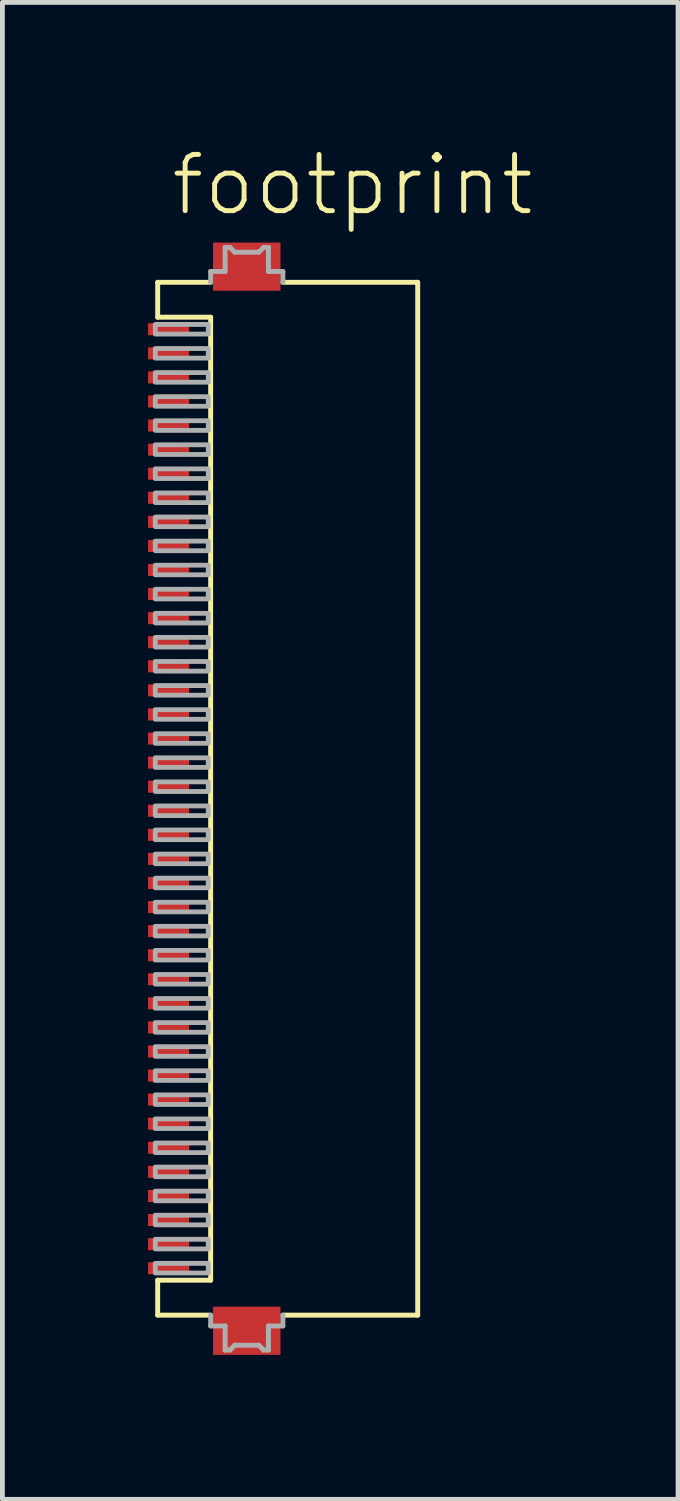
<source format=kicad_pcb>
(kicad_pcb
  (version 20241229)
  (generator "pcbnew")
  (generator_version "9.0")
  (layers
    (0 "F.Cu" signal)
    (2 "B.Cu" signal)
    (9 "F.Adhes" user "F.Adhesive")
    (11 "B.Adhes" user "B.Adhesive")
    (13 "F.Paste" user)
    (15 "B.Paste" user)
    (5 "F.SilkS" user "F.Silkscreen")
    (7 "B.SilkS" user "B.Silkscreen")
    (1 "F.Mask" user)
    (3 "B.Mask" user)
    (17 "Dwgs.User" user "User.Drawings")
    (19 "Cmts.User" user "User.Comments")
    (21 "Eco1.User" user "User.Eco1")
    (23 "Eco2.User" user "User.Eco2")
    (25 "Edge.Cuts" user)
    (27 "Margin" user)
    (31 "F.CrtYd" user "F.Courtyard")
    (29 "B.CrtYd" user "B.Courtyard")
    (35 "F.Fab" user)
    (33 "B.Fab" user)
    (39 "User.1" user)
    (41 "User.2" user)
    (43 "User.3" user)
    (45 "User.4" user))
  (footprint "footprint"
    (layer "F.Cu")
    (at 2.99 13.538)
    (property "Reference" "footprint" (at -2.54 -12.065 0) (layer "F.SilkS") (effects (font (size 1.168 1.168) (thickness 0.102)) (justify left bottom)))
    (fp_poly (pts (xy -2.99 -9.6) (xy -2.09 -9.6) (xy -2.09 -9.9) (xy -2.99 -9.9)) (stroke (width 0) (type solid)) (fill yes) (layer "F.Mask"))
    (fp_poly (pts (xy -2.99 -9.1) (xy -2.09 -9.1) (xy -2.09 -9.4) (xy -2.99 -9.4)) (stroke (width 0) (type solid)) (fill yes) (layer "F.Mask"))
    (fp_poly (pts (xy -2.99 -8.6) (xy -2.09 -8.6) (xy -2.09 -8.9) (xy -2.99 -8.9)) (stroke (width 0) (type solid)) (fill yes) (layer "F.Mask"))
    (fp_poly (pts (xy -2.99 -8.1) (xy -2.09 -8.1) (xy -2.09 -8.4) (xy -2.99 -8.4)) (stroke (width 0) (type solid)) (fill yes) (layer "F.Mask"))
    (fp_poly (pts (xy -2.99 -7.6) (xy -2.09 -7.6) (xy -2.09 -7.9) (xy -2.99 -7.9)) (stroke (width 0) (type solid)) (fill yes) (layer "F.Mask"))
    (fp_poly (pts (xy -2.99 -7.1) (xy -2.09 -7.1) (xy -2.09 -7.4) (xy -2.99 -7.4)) (stroke (width 0) (type solid)) (fill yes) (layer "F.Mask"))
    (fp_poly (pts (xy -2.99 -6.6) (xy -2.09 -6.6) (xy -2.09 -6.9) (xy -2.99 -6.9)) (stroke (width 0) (type solid)) (fill yes) (layer "F.Mask"))
    (fp_poly (pts (xy -2.99 -6.1) (xy -2.09 -6.1) (xy -2.09 -6.4) (xy -2.99 -6.4)) (stroke (width 0) (type solid)) (fill yes) (layer "F.Mask"))
    (fp_poly (pts (xy -2.99 -5.6) (xy -2.09 -5.6) (xy -2.09 -5.9) (xy -2.99 -5.9)) (stroke (width 0) (type solid)) (fill yes) (layer "F.Mask"))
    (fp_poly (pts (xy -2.99 -5.1) (xy -2.09 -5.1) (xy -2.09 -5.4) (xy -2.99 -5.4)) (stroke (width 0) (type solid)) (fill yes) (layer "F.Mask"))
    (fp_poly (pts (xy -2.99 -4.6) (xy -2.09 -4.6) (xy -2.09 -4.9) (xy -2.99 -4.9)) (stroke (width 0) (type solid)) (fill yes) (layer "F.Mask"))
    (fp_poly (pts (xy -2.99 -4.1) (xy -2.09 -4.1) (xy -2.09 -4.4) (xy -2.99 -4.4)) (stroke (width 0) (type solid)) (fill yes) (layer "F.Mask"))
    (fp_poly (pts (xy -2.99 -3.6) (xy -2.09 -3.6) (xy -2.09 -3.9) (xy -2.99 -3.9)) (stroke (width 0) (type solid)) (fill yes) (layer "F.Mask"))
    (fp_poly (pts (xy -2.99 -3.1) (xy -2.09 -3.1) (xy -2.09 -3.4) (xy -2.99 -3.4)) (stroke (width 0) (type solid)) (fill yes) (layer "F.Mask"))
    (fp_poly (pts (xy -2.99 -2.6) (xy -2.09 -2.6) (xy -2.09 -2.9) (xy -2.99 -2.9)) (stroke (width 0) (type solid)) (fill yes) (layer "F.Mask"))
    (fp_poly (pts (xy -2.99 -2.1) (xy -2.09 -2.1) (xy -2.09 -2.4) (xy -2.99 -2.4)) (stroke (width 0) (type solid)) (fill yes) (layer "F.Mask"))
    (fp_poly (pts (xy -2.99 -1.6) (xy -2.09 -1.6) (xy -2.09 -1.9) (xy -2.99 -1.9)) (stroke (width 0) (type solid)) (fill yes) (layer "F.Mask"))
    (fp_poly (pts (xy -2.99 -1.1) (xy -2.09 -1.1) (xy -2.09 -1.4) (xy -2.99 -1.4)) (stroke (width 0) (type solid)) (fill yes) (layer "F.Mask"))
    (fp_poly (pts (xy -2.99 -0.6) (xy -2.09 -0.6) (xy -2.09 -0.9) (xy -2.99 -0.9)) (stroke (width 0) (type solid)) (fill yes) (layer "F.Mask"))
    (fp_poly (pts (xy -2.99 -0.1) (xy -2.09 -0.1) (xy -2.09 -0.4) (xy -2.99 -0.4)) (stroke (width 0) (type solid)) (fill yes) (layer "F.Mask"))
    (fp_poly (pts (xy -2.99 0.4) (xy -2.09 0.4) (xy -2.09 0.1) (xy -2.99 0.1)) (stroke (width 0) (type solid)) (fill yes) (layer "F.Mask"))
    (fp_poly (pts (xy -2.99 0.9) (xy -2.09 0.9) (xy -2.09 0.6) (xy -2.99 0.6)) (stroke (width 0) (type solid)) (fill yes) (layer "F.Mask"))
    (fp_poly (pts (xy -2.99 1.4) (xy -2.09 1.4) (xy -2.09 1.1) (xy -2.99 1.1)) (stroke (width 0) (type solid)) (fill yes) (layer "F.Mask"))
    (fp_poly (pts (xy -2.99 1.9) (xy -2.09 1.9) (xy -2.09 1.6) (xy -2.99 1.6)) (stroke (width 0) (type solid)) (fill yes) (layer "F.Mask"))
    (fp_poly (pts (xy -2.99 2.4) (xy -2.09 2.4) (xy -2.09 2.1) (xy -2.99 2.1)) (stroke (width 0) (type solid)) (fill yes) (layer "F.Mask"))
    (fp_poly (pts (xy -2.99 2.9) (xy -2.09 2.9) (xy -2.09 2.6) (xy -2.99 2.6)) (stroke (width 0) (type solid)) (fill yes) (layer "F.Mask"))
    (fp_poly (pts (xy -2.99 3.4) (xy -2.09 3.4) (xy -2.09 3.1) (xy -2.99 3.1)) (stroke (width 0) (type solid)) (fill yes) (layer "F.Mask"))
    (fp_poly (pts (xy -2.99 3.9) (xy -2.09 3.9) (xy -2.09 3.6) (xy -2.99 3.6)) (stroke (width 0) (type solid)) (fill yes) (layer "F.Mask"))
    (fp_poly (pts (xy -2.99 4.4) (xy -2.09 4.4) (xy -2.09 4.1) (xy -2.99 4.1)) (stroke (width 0) (type solid)) (fill yes) (layer "F.Mask"))
    (fp_poly (pts (xy -2.99 4.9) (xy -2.09 4.9) (xy -2.09 4.6) (xy -2.99 4.6)) (stroke (width 0) (type solid)) (fill yes) (layer "F.Mask"))
    (fp_poly (pts (xy -2.99 5.4) (xy -2.09 5.4) (xy -2.09 5.1) (xy -2.99 5.1)) (stroke (width 0) (type solid)) (fill yes) (layer "F.Mask"))
    (fp_poly (pts (xy -2.99 5.9) (xy -2.09 5.9) (xy -2.09 5.6) (xy -2.99 5.6)) (stroke (width 0) (type solid)) (fill yes) (layer "F.Mask"))
    (fp_poly (pts (xy -2.99 6.4) (xy -2.09 6.4) (xy -2.09 6.1) (xy -2.99 6.1)) (stroke (width 0) (type solid)) (fill yes) (layer "F.Mask"))
    (fp_poly (pts (xy -2.99 6.9) (xy -2.09 6.9) (xy -2.09 6.6) (xy -2.99 6.6)) (stroke (width 0) (type solid)) (fill yes) (layer "F.Mask"))
    (fp_poly (pts (xy -2.99 7.4) (xy -2.09 7.4) (xy -2.09 7.1) (xy -2.99 7.1)) (stroke (width 0) (type solid)) (fill yes) (layer "F.Mask"))
    (fp_poly (pts (xy -2.99 7.9) (xy -2.09 7.9) (xy -2.09 7.6) (xy -2.99 7.6)) (stroke (width 0) (type solid)) (fill yes) (layer "F.Mask"))
    (fp_poly (pts (xy -2.99 8.4) (xy -2.09 8.4) (xy -2.09 8.1) (xy -2.99 8.1)) (stroke (width 0) (type solid)) (fill yes) (layer "F.Mask"))
    (fp_poly (pts (xy -2.99 8.9) (xy -2.09 8.9) (xy -2.09 8.6) (xy -2.99 8.6)) (stroke (width 0) (type solid)) (fill yes) (layer "F.Mask"))
    (fp_poly (pts (xy -2.99 9.4) (xy -2.09 9.4) (xy -2.09 9.1) (xy -2.99 9.1)) (stroke (width 0) (type solid)) (fill yes) (layer "F.Mask"))
    (fp_poly (pts (xy -2.99 9.9) (xy -2.09 9.9) (xy -2.09 9.6) (xy -2.99 9.6)) (stroke (width 0) (type solid)) (fill yes) (layer "F.Mask"))
    (fp_line (start -2.765 -10.725) (end -2.765 -10) (stroke (width 0.102) (type solid)) (layer "F.SilkS"))
    (fp_line (start -2.765 -10.725) (end -1.665 -10.725) (stroke (width 0.102) (type solid)) (layer "F.SilkS"))
    (fp_line (start -2.765 -10) (end -1.665 -10) (stroke (width 0.102) (type solid)) (layer "F.SilkS"))
    (fp_line (start -2.765 10) (end -2.765 10.725) (stroke (width 0.102) (type solid)) (layer "F.SilkS"))
    (fp_line (start -2.765 10.725) (end -1.665 10.725) (stroke (width 0.102) (type solid)) (layer "F.SilkS"))
    (fp_line (start -1.665 -10) (end -1.665 10) (stroke (width 0.102) (type solid)) (layer "F.SilkS"))
    (fp_line (start -1.665 10) (end -2.765 10) (stroke (width 0.102) (type solid)) (layer "F.SilkS"))
    (fp_line (start -0.165 10.725) (end 2.635 10.725) (stroke (width 0.102) (type solid)) (layer "F.SilkS"))
    (fp_line (start 2.635 -10.725) (end -0.165 -10.725) (stroke (width 0.102) (type solid)) (layer "F.SilkS"))
    (fp_line (start 2.635 10.725) (end 2.635 -10.725) (stroke (width 0.102) (type solid)) (layer "F.SilkS"))
    (fp_line (start -1.665 -10.95) (end -1.665 -10.725) (stroke (width 0.102) (type solid)) (layer "F.Fab"))
    (fp_line (start -1.665 10.725) (end -1.665 10.95) (stroke (width 0.102) (type solid)) (layer "F.Fab"))
    (fp_line (start -1.665 10.95) (end -1.365 10.95) (stroke (width 0.102) (type solid)) (layer "F.Fab"))
    (fp_line (start -1.365 -11.45) (end -1.365 -10.95) (stroke (width 0.102) (type solid)) (layer "F.Fab"))
    (fp_line (start -1.365 -10.95) (end -1.665 -10.95) (stroke (width 0.102) (type solid)) (layer "F.Fab"))
    (fp_line (start -1.365 10.95) (end -1.365 11.45) (stroke (width 0.102) (type solid)) (layer "F.Fab"))
    (fp_line (start -1.365 11.45) (end -1.265 11.45) (stroke (width 0.102) (type solid)) (layer "F.Fab"))
    (fp_line (start -1.265 -11.45) (end -1.365 -11.45) (stroke (width 0.102) (type solid)) (layer "F.Fab"))
    (fp_line (start -1.265 11.45) (end -1.165 11.35) (stroke (width 0.102) (type solid)) (layer "F.Fab"))
    (fp_line (start -1.165 -11.35) (end -1.265 -11.45) (stroke (width 0.102) (type solid)) (layer "F.Fab"))
    (fp_line (start -1.165 11.35) (end -0.665 11.35) (stroke (width 0.102) (type solid)) (layer "F.Fab"))
    (fp_line (start -0.665 -11.35) (end -1.165 -11.35) (stroke (width 0.102) (type solid)) (layer "F.Fab"))
    (fp_line (start -0.665 11.35) (end -0.565 11.45) (stroke (width 0.102) (type solid)) (layer "F.Fab"))
    (fp_line (start -0.565 -11.45) (end -0.665 -11.35) (stroke (width 0.102) (type solid)) (layer "F.Fab"))
    (fp_line (start -0.565 11.45) (end -0.465 11.45) (stroke (width 0.102) (type solid)) (layer "F.Fab"))
    (fp_line (start -0.465 -11.45) (end -0.565 -11.45) (stroke (width 0.102) (type solid)) (layer "F.Fab"))
    (fp_line (start -0.465 -10.95) (end -0.465 -11.45) (stroke (width 0.102) (type solid)) (layer "F.Fab"))
    (fp_line (start -0.465 10.95) (end -0.165 10.95) (stroke (width 0.102) (type solid)) (layer "F.Fab"))
    (fp_line (start -0.465 11.45) (end -0.465 10.95) (stroke (width 0.102) (type solid)) (layer "F.Fab"))
    (fp_line (start -0.165 -10.95) (end -0.465 -10.95) (stroke (width 0.102) (type solid)) (layer "F.Fab"))
    (fp_line (start -0.165 -10.725) (end -0.165 -10.95) (stroke (width 0.102) (type solid)) (layer "F.Fab"))
    (fp_line (start -0.165 10.95) (end -0.165 10.725) (stroke (width 0.102) (type solid)) (layer "F.Fab"))
    (fp_poly (pts (xy -2.815 -9.65) (xy -1.715 -9.65) (xy -1.715 -9.85) (xy -2.815 -9.85)) (stroke (width 0.1) (type solid)) (fill no) (layer "F.Fab"))
    (fp_poly (pts (xy -2.815 -9.15) (xy -1.715 -9.15) (xy -1.715 -9.35) (xy -2.815 -9.35)) (stroke (width 0.1) (type solid)) (fill no) (layer "F.Fab"))
    (fp_poly (pts (xy -2.815 -8.65) (xy -1.715 -8.65) (xy -1.715 -8.85) (xy -2.815 -8.85)) (stroke (width 0.1) (type solid)) (fill no) (layer "F.Fab"))
    (fp_poly (pts (xy -2.815 -8.15) (xy -1.715 -8.15) (xy -1.715 -8.35) (xy -2.815 -8.35)) (stroke (width 0.1) (type solid)) (fill no) (layer "F.Fab"))
    (fp_poly (pts (xy -2.815 -7.65) (xy -1.715 -7.65) (xy -1.715 -7.85) (xy -2.815 -7.85)) (stroke (width 0.1) (type solid)) (fill no) (layer "F.Fab"))
    (fp_poly (pts (xy -2.815 -7.15) (xy -1.715 -7.15) (xy -1.715 -7.35) (xy -2.815 -7.35)) (stroke (width 0.1) (type solid)) (fill no) (layer "F.Fab"))
    (fp_poly (pts (xy -2.815 -6.65) (xy -1.715 -6.65) (xy -1.715 -6.85) (xy -2.815 -6.85)) (stroke (width 0.1) (type solid)) (fill no) (layer "F.Fab"))
    (fp_poly (pts (xy -2.815 -6.15) (xy -1.715 -6.15) (xy -1.715 -6.35) (xy -2.815 -6.35)) (stroke (width 0.1) (type solid)) (fill no) (layer "F.Fab"))
    (fp_poly (pts (xy -2.815 -5.65) (xy -1.715 -5.65) (xy -1.715 -5.85) (xy -2.815 -5.85)) (stroke (width 0.1) (type solid)) (fill no) (layer "F.Fab"))
    (fp_poly (pts (xy -2.815 -5.15) (xy -1.715 -5.15) (xy -1.715 -5.35) (xy -2.815 -5.35)) (stroke (width 0.1) (type solid)) (fill no) (layer "F.Fab"))
    (fp_poly (pts (xy -2.815 -4.65) (xy -1.715 -4.65) (xy -1.715 -4.85) (xy -2.815 -4.85)) (stroke (width 0.1) (type solid)) (fill no) (layer "F.Fab"))
    (fp_poly (pts (xy -2.815 -4.15) (xy -1.715 -4.15) (xy -1.715 -4.35) (xy -2.815 -4.35)) (stroke (width 0.1) (type solid)) (fill no) (layer "F.Fab"))
    (fp_poly (pts (xy -2.815 -3.65) (xy -1.715 -3.65) (xy -1.715 -3.85) (xy -2.815 -3.85)) (stroke (width 0.1) (type solid)) (fill no) (layer "F.Fab"))
    (fp_poly (pts (xy -2.815 -3.15) (xy -1.715 -3.15) (xy -1.715 -3.35) (xy -2.815 -3.35)) (stroke (width 0.1) (type solid)) (fill no) (layer "F.Fab"))
    (fp_poly (pts (xy -2.815 -2.65) (xy -1.715 -2.65) (xy -1.715 -2.85) (xy -2.815 -2.85)) (stroke (width 0.1) (type solid)) (fill no) (layer "F.Fab"))
    (fp_poly (pts (xy -2.815 -2.15) (xy -1.715 -2.15) (xy -1.715 -2.35) (xy -2.815 -2.35)) (stroke (width 0.1) (type solid)) (fill no) (layer "F.Fab"))
    (fp_poly (pts (xy -2.815 -1.65) (xy -1.715 -1.65) (xy -1.715 -1.85) (xy -2.815 -1.85)) (stroke (width 0.1) (type solid)) (fill no) (layer "F.Fab"))
    (fp_poly (pts (xy -2.815 -1.15) (xy -1.715 -1.15) (xy -1.715 -1.35) (xy -2.815 -1.35)) (stroke (width 0.1) (type solid)) (fill no) (layer "F.Fab"))
    (fp_poly (pts (xy -2.815 -0.65) (xy -1.715 -0.65) (xy -1.715 -0.85) (xy -2.815 -0.85)) (stroke (width 0.1) (type solid)) (fill no) (layer "F.Fab"))
    (fp_poly (pts (xy -2.815 -0.15) (xy -1.715 -0.15) (xy -1.715 -0.35) (xy -2.815 -0.35)) (stroke (width 0.1) (type solid)) (fill no) (layer "F.Fab"))
    (fp_poly (pts (xy -2.815 0.35) (xy -1.715 0.35) (xy -1.715 0.15) (xy -2.815 0.15)) (stroke (width 0.1) (type solid)) (fill no) (layer "F.Fab"))
    (fp_poly (pts (xy -2.815 0.85) (xy -1.715 0.85) (xy -1.715 0.65) (xy -2.815 0.65)) (stroke (width 0.1) (type solid)) (fill no) (layer "F.Fab"))
    (fp_poly (pts (xy -2.815 1.35) (xy -1.715 1.35) (xy -1.715 1.15) (xy -2.815 1.15)) (stroke (width 0.1) (type solid)) (fill no) (layer "F.Fab"))
    (fp_poly (pts (xy -2.815 1.85) (xy -1.715 1.85) (xy -1.715 1.65) (xy -2.815 1.65)) (stroke (width 0.1) (type solid)) (fill no) (layer "F.Fab"))
    (fp_poly (pts (xy -2.815 2.35) (xy -1.715 2.35) (xy -1.715 2.15) (xy -2.815 2.15)) (stroke (width 0.1) (type solid)) (fill no) (layer "F.Fab"))
    (fp_poly (pts (xy -2.815 2.85) (xy -1.715 2.85) (xy -1.715 2.65) (xy -2.815 2.65)) (stroke (width 0.1) (type solid)) (fill no) (layer "F.Fab"))
    (fp_poly (pts (xy -2.815 3.35) (xy -1.715 3.35) (xy -1.715 3.15) (xy -2.815 3.15)) (stroke (width 0.1) (type solid)) (fill no) (layer "F.Fab"))
    (fp_poly (pts (xy -2.815 3.85) (xy -1.715 3.85) (xy -1.715 3.65) (xy -2.815 3.65)) (stroke (width 0.1) (type solid)) (fill no) (layer "F.Fab"))
    (fp_poly (pts (xy -2.815 4.35) (xy -1.715 4.35) (xy -1.715 4.15) (xy -2.815 4.15)) (stroke (width 0.1) (type solid)) (fill no) (layer "F.Fab"))
    (fp_poly (pts (xy -2.815 4.85) (xy -1.715 4.85) (xy -1.715 4.65) (xy -2.815 4.65)) (stroke (width 0.1) (type solid)) (fill no) (layer "F.Fab"))
    (fp_poly (pts (xy -2.815 5.35) (xy -1.715 5.35) (xy -1.715 5.15) (xy -2.815 5.15)) (stroke (width 0.1) (type solid)) (fill no) (layer "F.Fab"))
    (fp_poly (pts (xy -2.815 5.85) (xy -1.715 5.85) (xy -1.715 5.65) (xy -2.815 5.65)) (stroke (width 0.1) (type solid)) (fill no) (layer "F.Fab"))
    (fp_poly (pts (xy -2.815 6.35) (xy -1.715 6.35) (xy -1.715 6.15) (xy -2.815 6.15)) (stroke (width 0.1) (type solid)) (fill no) (layer "F.Fab"))
    (fp_poly (pts (xy -2.815 6.85) (xy -1.715 6.85) (xy -1.715 6.65) (xy -2.815 6.65)) (stroke (width 0.1) (type solid)) (fill no) (layer "F.Fab"))
    (fp_poly (pts (xy -2.815 7.35) (xy -1.715 7.35) (xy -1.715 7.15) (xy -2.815 7.15)) (stroke (width 0.1) (type solid)) (fill no) (layer "F.Fab"))
    (fp_poly (pts (xy -2.815 7.85) (xy -1.715 7.85) (xy -1.715 7.65) (xy -2.815 7.65)) (stroke (width 0.1) (type solid)) (fill no) (layer "F.Fab"))
    (fp_poly (pts (xy -2.815 8.35) (xy -1.715 8.35) (xy -1.715 8.15) (xy -2.815 8.15)) (stroke (width 0.1) (type solid)) (fill no) (layer "F.Fab"))
    (fp_poly (pts (xy -2.815 8.85) (xy -1.715 8.85) (xy -1.715 8.65) (xy -2.815 8.65)) (stroke (width 0.1) (type solid)) (fill no) (layer "F.Fab"))
    (fp_poly (pts (xy -2.815 9.35) (xy -1.715 9.35) (xy -1.715 9.15) (xy -2.815 9.15)) (stroke (width 0.1) (type solid)) (fill no) (layer "F.Fab"))
    (fp_poly (pts (xy -2.815 9.85) (xy -1.715 9.85) (xy -1.715 9.65) (xy -2.815 9.65)) (stroke (width 0.1) (type solid)) (fill no) (layer "F.Fab"))
    (pad "1" smd rect (at -2.54 -9.75) (size 0.85 0.25) (layers "F.Cu" "F.Paste"))
    (pad "2" smd rect (at -2.54 -9.25) (size 0.85 0.25) (layers "F.Cu" "F.Paste"))
    (pad "3" smd rect (at -2.54 -8.75) (size 0.85 0.25) (layers "F.Cu" "F.Paste"))
    (pad "4" smd rect (at -2.54 -8.25) (size 0.85 0.25) (layers "F.Cu" "F.Paste"))
    (pad "5" smd rect (at -2.54 -7.75) (size 0.85 0.25) (layers "F.Cu" "F.Paste"))
    (pad "6" smd rect (at -2.54 -7.25) (size 0.85 0.25) (layers "F.Cu" "F.Paste"))
    (pad "7" smd rect (at -2.54 -6.75) (size 0.85 0.25) (layers "F.Cu" "F.Paste"))
    (pad "8" smd rect (at -2.54 -6.25) (size 0.85 0.25) (layers "F.Cu" "F.Paste"))
    (pad "9" smd rect (at -2.54 -5.75) (size 0.85 0.25) (layers "F.Cu" "F.Paste"))
    (pad "10" smd rect (at -2.54 -5.25) (size 0.85 0.25) (layers "F.Cu" "F.Paste"))
    (pad "11" smd rect (at -2.54 -4.75) (size 0.85 0.25) (layers "F.Cu" "F.Paste"))
    (pad "12" smd rect (at -2.54 -4.25) (size 0.85 0.25) (layers "F.Cu" "F.Paste"))
    (pad "13" smd rect (at -2.54 -3.75) (size 0.85 0.25) (layers "F.Cu" "F.Paste"))
    (pad "14" smd rect (at -2.54 -3.25) (size 0.85 0.25) (layers "F.Cu" "F.Paste"))
    (pad "15" smd rect (at -2.54 -2.75) (size 0.85 0.25) (layers "F.Cu" "F.Paste"))
    (pad "16" smd rect (at -2.54 -2.25) (size 0.85 0.25) (layers "F.Cu" "F.Paste"))
    (pad "17" smd rect (at -2.54 -1.75) (size 0.85 0.25) (layers "F.Cu" "F.Paste"))
    (pad "18" smd rect (at -2.54 -1.25) (size 0.85 0.25) (layers "F.Cu" "F.Paste"))
    (pad "19" smd rect (at -2.54 -0.75) (size 0.85 0.25) (layers "F.Cu" "F.Paste"))
    (pad "20" smd rect (at -2.54 -0.25) (size 0.85 0.25) (layers "F.Cu" "F.Paste"))
    (pad "21" smd rect (at -2.54 0.25) (size 0.85 0.25) (layers "F.Cu" "F.Paste"))
    (pad "22" smd rect (at -2.54 0.75) (size 0.85 0.25) (layers "F.Cu" "F.Paste"))
    (pad "23" smd rect (at -2.54 1.25) (size 0.85 0.25) (layers "F.Cu" "F.Paste"))
    (pad "24" smd rect (at -2.54 1.75) (size 0.85 0.25) (layers "F.Cu" "F.Paste"))
    (pad "25" smd rect (at -2.54 2.25) (size 0.85 0.25) (layers "F.Cu" "F.Paste"))
    (pad "26" smd rect (at -2.54 2.75) (size 0.85 0.25) (layers "F.Cu" "F.Paste"))
    (pad "27" smd rect (at -2.54 3.25) (size 0.85 0.25) (layers "F.Cu" "F.Paste"))
    (pad "28" smd rect (at -2.54 3.75) (size 0.85 0.25) (layers "F.Cu" "F.Paste"))
    (pad "29" smd rect (at -2.54 4.25) (size 0.85 0.25) (layers "F.Cu" "F.Paste"))
    (pad "30" smd rect (at -2.54 4.75) (size 0.85 0.25) (layers "F.Cu" "F.Paste"))
    (pad "31" smd rect (at -2.54 5.25) (size 0.85 0.25) (layers "F.Cu" "F.Paste"))
    (pad "32" smd rect (at -2.54 5.75) (size 0.85 0.25) (layers "F.Cu" "F.Paste"))
    (pad "33" smd rect (at -2.54 6.25) (size 0.85 0.25) (layers "F.Cu" "F.Paste"))
    (pad "34" smd rect (at -2.54 6.75) (size 0.85 0.25) (layers "F.Cu" "F.Paste"))
    (pad "35" smd rect (at -2.54 7.25) (size 0.85 0.25) (layers "F.Cu" "F.Paste"))
    (pad "36" smd rect (at -2.54 7.75) (size 0.85 0.25) (layers "F.Cu" "F.Paste"))
    (pad "37" smd rect (at -2.54 8.25) (size 0.85 0.25) (layers "F.Cu" "F.Paste"))
    (pad "38" smd rect (at -2.54 8.75) (size 0.85 0.25) (layers "F.Cu" "F.Paste"))
    (pad "39" smd rect (at -2.54 9.25) (size 0.85 0.25) (layers "F.Cu" "F.Paste"))
    (pad "40" smd rect (at -2.54 9.75) (size 0.85 0.25) (layers "F.Cu" "F.Paste"))
    (pad "M1" smd rect (at -0.915 -11.05 180) (size 1.4 1) (layers "F.Cu" "F.Mask" "F.Paste"))
    (pad "M2" smd rect (at -0.915 11.05 180) (size 1.4 1) (layers "F.Cu" "F.Mask" "F.Paste"))
    (zone (net_name "") (layers "F.Cu" "B.Cu") (hatch edge 0.508) (connect_pads) (min_thickness 0.254) (filled_areas_thickness no) (keepout (tracks allowed) (vias not_allowed) (pads allowed) (copperpour allowed) (footprints allowed)) (placement (enabled no)) (fill) (polygon (pts (xy 3.575 3.663) (xy 0.9 3.663) (xy 0.9 23.413) (xy 3.575 23.413)))))
  (gr_rect
    (start -3 -3)
    (end 11.032 28.088)
    (stroke (width 0.1) (type default))
    (fill no)
    (layer "Edge.Cuts")))
</source>
